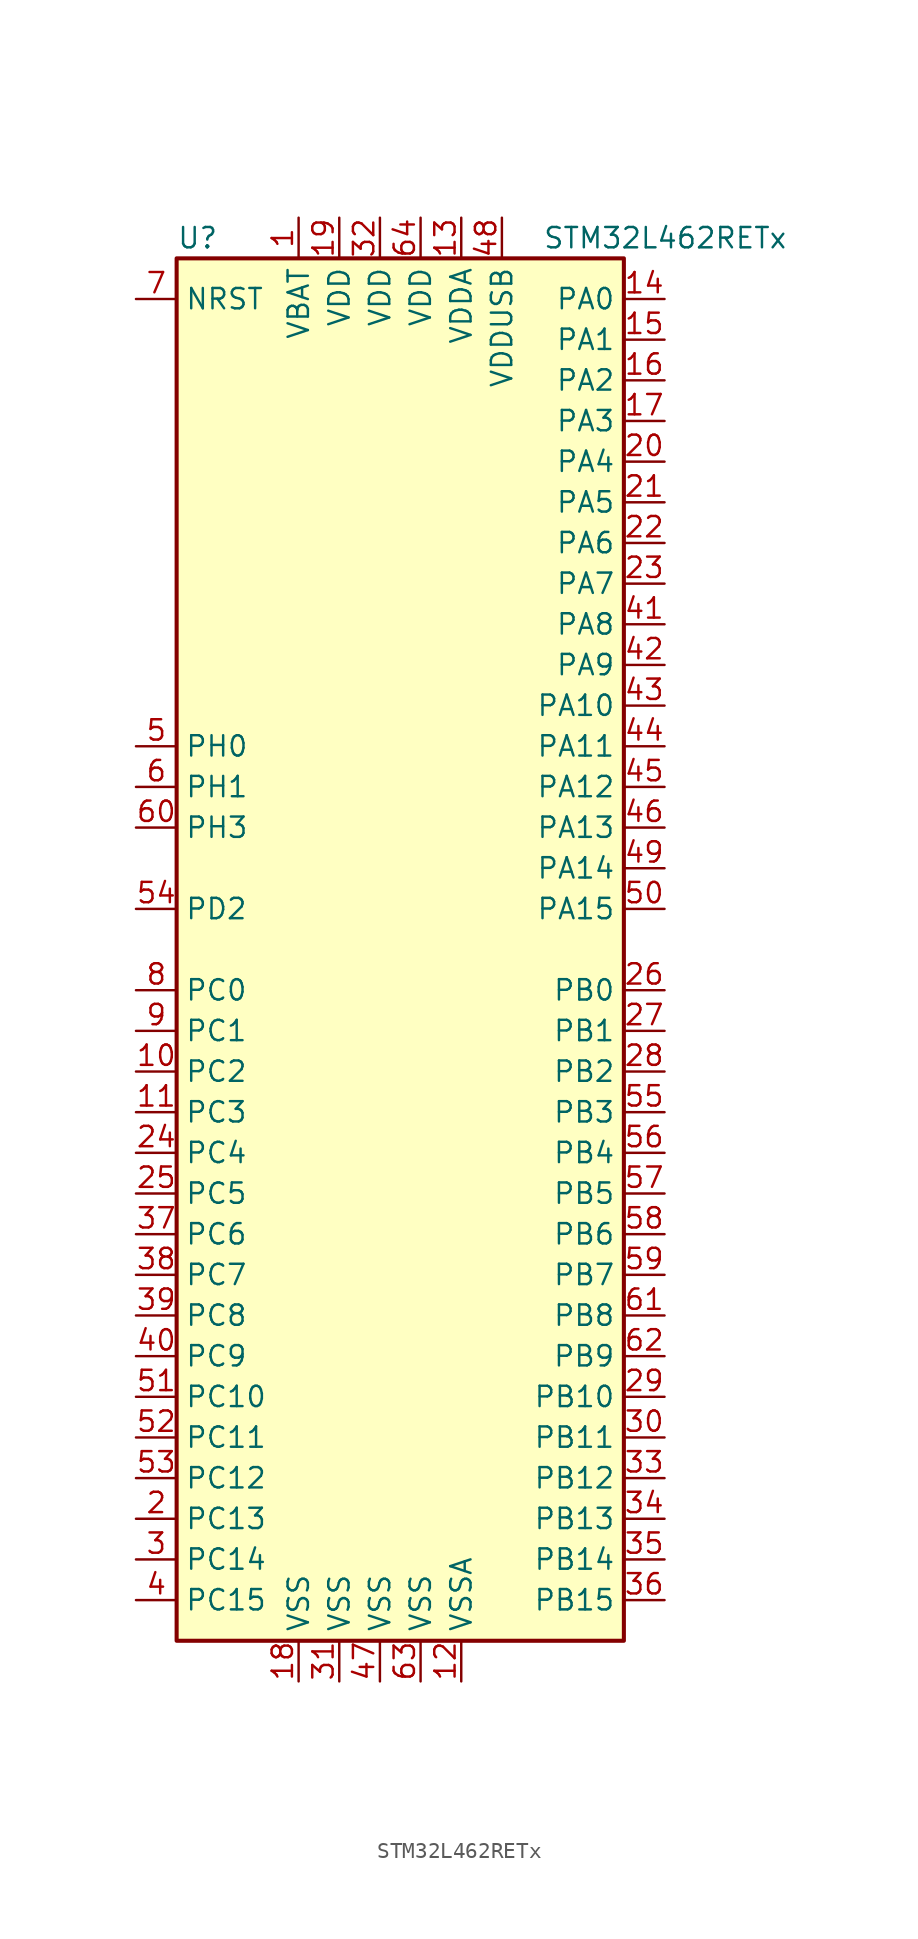
<source format=kicad_sym>
(kicad_symbol_lib
  (version 20211014)
  (generator kicad_symbol_editor)
  (symbol "STM32L462RETx"
    (property "Reference" "U"
      (at -15.24 44.45 0)
      (effects (font (size 1.27 1.27)) (justify left)))
    (property "Value" "STM32L462RETx"
      (at 7.62 44.45 0)
      (effects (font (size 1.27 1.27)) (justify left)))
    (symbol "STM32L462RETx_0_1"
      (rectangle (start -15.24 -43.18) (end 12.7 43.18) (stroke (width 0.254) (type default) (color 0 0 0 0)) (fill (type background))))
    (symbol "STM32L462RETx_1_1"
      (pin power_in line (at -7.62 45.72 270) (length 2.54) (name "VBAT" (effects (font (size 1.27 1.27)))) (number "1" (effects (font (size 1.27 1.27)))))
      (pin bidirectional line (at -17.78 -7.62 0) (length 2.54) (name "PC2" (effects (font (size 1.27 1.27)))) (number "10" (effects (font (size 1.27 1.27)))))
      (pin bidirectional line (at -17.78 -10.16 0) (length 2.54) (name "PC3" (effects (font (size 1.27 1.27)))) (number "11" (effects (font (size 1.27 1.27)))))
      (pin power_in line (at 2.54 -45.72 90) (length 2.54) (name "VSSA" (effects (font (size 1.27 1.27)))) (number "12" (effects (font (size 1.27 1.27)))))
      (pin power_in line (at 2.54 45.72 270) (length 2.54) (name "VDDA" (effects (font (size 1.27 1.27)))) (number "13" (effects (font (size 1.27 1.27)))))
      (pin bidirectional line (at 15.24 40.64 180) (length 2.54) (name "PA0" (effects (font (size 1.27 1.27)))) (number "14" (effects (font (size 1.27 1.27)))))
      (pin bidirectional line (at 15.24 38.1 180) (length 2.54) (name "PA1" (effects (font (size 1.27 1.27)))) (number "15" (effects (font (size 1.27 1.27)))))
      (pin bidirectional line (at 15.24 35.56 180) (length 2.54) (name "PA2" (effects (font (size 1.27 1.27)))) (number "16" (effects (font (size 1.27 1.27)))))
      (pin bidirectional line (at 15.24 33.02 180) (length 2.54) (name "PA3" (effects (font (size 1.27 1.27)))) (number "17" (effects (font (size 1.27 1.27)))))
      (pin power_in line (at -7.62 -45.72 90) (length 2.54) (name "VSS" (effects (font (size 1.27 1.27)))) (number "18" (effects (font (size 1.27 1.27)))))
      (pin power_in line (at -5.08 45.72 270) (length 2.54) (name "VDD" (effects (font (size 1.27 1.27)))) (number "19" (effects (font (size 1.27 1.27)))))
      (pin bidirectional line (at -17.78 -35.56 0) (length 2.54) (name "PC13" (effects (font (size 1.27 1.27)))) (number "2" (effects (font (size 1.27 1.27)))))
      (pin bidirectional line (at 15.24 30.48 180) (length 2.54) (name "PA4" (effects (font (size 1.27 1.27)))) (number "20" (effects (font (size 1.27 1.27)))))
      (pin bidirectional line (at 15.24 27.94 180) (length 2.54) (name "PA5" (effects (font (size 1.27 1.27)))) (number "21" (effects (font (size 1.27 1.27)))))
      (pin bidirectional line (at 15.24 25.4 180) (length 2.54) (name "PA6" (effects (font (size 1.27 1.27)))) (number "22" (effects (font (size 1.27 1.27)))))
      (pin bidirectional line (at 15.24 22.86 180) (length 2.54) (name "PA7" (effects (font (size 1.27 1.27)))) (number "23" (effects (font (size 1.27 1.27)))))
      (pin bidirectional line (at -17.78 -12.7 0) (length 2.54) (name "PC4" (effects (font (size 1.27 1.27)))) (number "24" (effects (font (size 1.27 1.27)))))
      (pin bidirectional line (at -17.78 -15.24 0) (length 2.54) (name "PC5" (effects (font (size 1.27 1.27)))) (number "25" (effects (font (size 1.27 1.27)))))
      (pin bidirectional line (at 15.24 -2.54 180) (length 2.54) (name "PB0" (effects (font (size 1.27 1.27)))) (number "26" (effects (font (size 1.27 1.27)))))
      (pin bidirectional line (at 15.24 -5.08 180) (length 2.54) (name "PB1" (effects (font (size 1.27 1.27)))) (number "27" (effects (font (size 1.27 1.27)))))
      (pin bidirectional line (at 15.24 -7.62 180) (length 2.54) (name "PB2" (effects (font (size 1.27 1.27)))) (number "28" (effects (font (size 1.27 1.27)))))
      (pin bidirectional line (at 15.24 -27.94 180) (length 2.54) (name "PB10" (effects (font (size 1.27 1.27)))) (number "29" (effects (font (size 1.27 1.27)))))
      (pin bidirectional line (at -17.78 -38.1 0) (length 2.54) (name "PC14" (effects (font (size 1.27 1.27)))) (number "3" (effects (font (size 1.27 1.27)))))
      (pin bidirectional line (at 15.24 -30.48 180) (length 2.54) (name "PB11" (effects (font (size 1.27 1.27)))) (number "30" (effects (font (size 1.27 1.27)))))
      (pin power_in line (at -5.08 -45.72 90) (length 2.54) (name "VSS" (effects (font (size 1.27 1.27)))) (number "31" (effects (font (size 1.27 1.27)))))
      (pin power_in line (at -2.54 45.72 270) (length 2.54) (name "VDD" (effects (font (size 1.27 1.27)))) (number "32" (effects (font (size 1.27 1.27)))))
      (pin bidirectional line (at 15.24 -33.02 180) (length 2.54) (name "PB12" (effects (font (size 1.27 1.27)))) (number "33" (effects (font (size 1.27 1.27)))))
      (pin bidirectional line (at 15.24 -35.56 180) (length 2.54) (name "PB13" (effects (font (size 1.27 1.27)))) (number "34" (effects (font (size 1.27 1.27)))))
      (pin bidirectional line (at 15.24 -38.1 180) (length 2.54) (name "PB14" (effects (font (size 1.27 1.27)))) (number "35" (effects (font (size 1.27 1.27)))))
      (pin bidirectional line (at 15.24 -40.64 180) (length 2.54) (name "PB15" (effects (font (size 1.27 1.27)))) (number "36" (effects (font (size 1.27 1.27)))))
      (pin bidirectional line (at -17.78 -17.78 0) (length 2.54) (name "PC6" (effects (font (size 1.27 1.27)))) (number "37" (effects (font (size 1.27 1.27)))))
      (pin bidirectional line (at -17.78 -20.32 0) (length 2.54) (name "PC7" (effects (font (size 1.27 1.27)))) (number "38" (effects (font (size 1.27 1.27)))))
      (pin bidirectional line (at -17.78 -22.86 0) (length 2.54) (name "PC8" (effects (font (size 1.27 1.27)))) (number "39" (effects (font (size 1.27 1.27)))))
      (pin bidirectional line (at -17.78 -40.64 0) (length 2.54) (name "PC15" (effects (font (size 1.27 1.27)))) (number "4" (effects (font (size 1.27 1.27)))))
      (pin bidirectional line (at -17.78 -25.4 0) (length 2.54) (name "PC9" (effects (font (size 1.27 1.27)))) (number "40" (effects (font (size 1.27 1.27)))))
      (pin bidirectional line (at 15.24 20.32 180) (length 2.54) (name "PA8" (effects (font (size 1.27 1.27)))) (number "41" (effects (font (size 1.27 1.27)))))
      (pin bidirectional line (at 15.24 17.78 180) (length 2.54) (name "PA9" (effects (font (size 1.27 1.27)))) (number "42" (effects (font (size 1.27 1.27)))))
      (pin bidirectional line (at 15.24 15.24 180) (length 2.54) (name "PA10" (effects (font (size 1.27 1.27)))) (number "43" (effects (font (size 1.27 1.27)))))
      (pin bidirectional line (at 15.24 12.7 180) (length 2.54) (name "PA11" (effects (font (size 1.27 1.27)))) (number "44" (effects (font (size 1.27 1.27)))))
      (pin bidirectional line (at 15.24 10.16 180) (length 2.54) (name "PA12" (effects (font (size 1.27 1.27)))) (number "45" (effects (font (size 1.27 1.27)))))
      (pin bidirectional line (at 15.24 7.62 180) (length 2.54) (name "PA13" (effects (font (size 1.27 1.27)))) (number "46" (effects (font (size 1.27 1.27)))))
      (pin power_in line (at -2.54 -45.72 90) (length 2.54) (name "VSS" (effects (font (size 1.27 1.27)))) (number "47" (effects (font (size 1.27 1.27)))))
      (pin power_in line (at 5.08 45.72 270) (length 2.54) (name "VDDUSB" (effects (font (size 1.27 1.27)))) (number "48" (effects (font (size 1.27 1.27)))))
      (pin bidirectional line (at 15.24 5.08 180) (length 2.54) (name "PA14" (effects (font (size 1.27 1.27)))) (number "49" (effects (font (size 1.27 1.27)))))
      (pin input line (at -17.78 12.7 0) (length 2.54) (name "PH0" (effects (font (size 1.27 1.27)))) (number "5" (effects (font (size 1.27 1.27)))))
      (pin bidirectional line (at 15.24 2.54 180) (length 2.54) (name "PA15" (effects (font (size 1.27 1.27)))) (number "50" (effects (font (size 1.27 1.27)))))
      (pin bidirectional line (at -17.78 -27.94 0) (length 2.54) (name "PC10" (effects (font (size 1.27 1.27)))) (number "51" (effects (font (size 1.27 1.27)))))
      (pin bidirectional line (at -17.78 -30.48 0) (length 2.54) (name "PC11" (effects (font (size 1.27 1.27)))) (number "52" (effects (font (size 1.27 1.27)))))
      (pin bidirectional line (at -17.78 -33.02 0) (length 2.54) (name "PC12" (effects (font (size 1.27 1.27)))) (number "53" (effects (font (size 1.27 1.27)))))
      (pin bidirectional line (at -17.78 2.54 0) (length 2.54) (name "PD2" (effects (font (size 1.27 1.27)))) (number "54" (effects (font (size 1.27 1.27)))))
      (pin bidirectional line (at 15.24 -10.16 180) (length 2.54) (name "PB3" (effects (font (size 1.27 1.27)))) (number "55" (effects (font (size 1.27 1.27)))))
      (pin bidirectional line (at 15.24 -12.7 180) (length 2.54) (name "PB4" (effects (font (size 1.27 1.27)))) (number "56" (effects (font (size 1.27 1.27)))))
      (pin bidirectional line (at 15.24 -15.24 180) (length 2.54) (name "PB5" (effects (font (size 1.27 1.27)))) (number "57" (effects (font (size 1.27 1.27)))))
      (pin bidirectional line (at 15.24 -17.78 180) (length 2.54) (name "PB6" (effects (font (size 1.27 1.27)))) (number "58" (effects (font (size 1.27 1.27)))))
      (pin bidirectional line (at 15.24 -20.32 180) (length 2.54) (name "PB7" (effects (font (size 1.27 1.27)))) (number "59" (effects (font (size 1.27 1.27)))))
      (pin input line (at -17.78 10.16 0) (length 2.54) (name "PH1" (effects (font (size 1.27 1.27)))) (number "6" (effects (font (size 1.27 1.27)))))
      (pin bidirectional line (at -17.78 7.62 0) (length 2.54) (name "PH3" (effects (font (size 1.27 1.27)))) (number "60" (effects (font (size 1.27 1.27)))))
      (pin bidirectional line (at 15.24 -22.86 180) (length 2.54) (name "PB8" (effects (font (size 1.27 1.27)))) (number "61" (effects (font (size 1.27 1.27)))))
      (pin bidirectional line (at 15.24 -25.4 180) (length 2.54) (name "PB9" (effects (font (size 1.27 1.27)))) (number "62" (effects (font (size 1.27 1.27)))))
      (pin power_in line (at 0 -45.72 90) (length 2.54) (name "VSS" (effects (font (size 1.27 1.27)))) (number "63" (effects (font (size 1.27 1.27)))))
      (pin power_in line (at 0 45.72 270) (length 2.54) (name "VDD" (effects (font (size 1.27 1.27)))) (number "64" (effects (font (size 1.27 1.27)))))
      (pin input line (at -17.78 40.64 0) (length 2.54) (name "NRST" (effects (font (size 1.27 1.27)))) (number "7" (effects (font (size 1.27 1.27)))))
      (pin bidirectional line (at -17.78 -2.54 0) (length 2.54) (name "PC0" (effects (font (size 1.27 1.27)))) (number "8" (effects (font (size 1.27 1.27)))))
      (pin bidirectional line (at -17.78 -5.08 0) (length 2.54) (name "PC1" (effects (font (size 1.27 1.27)))) (number "9" (effects (font (size 1.27 1.27))))))))
</source>
